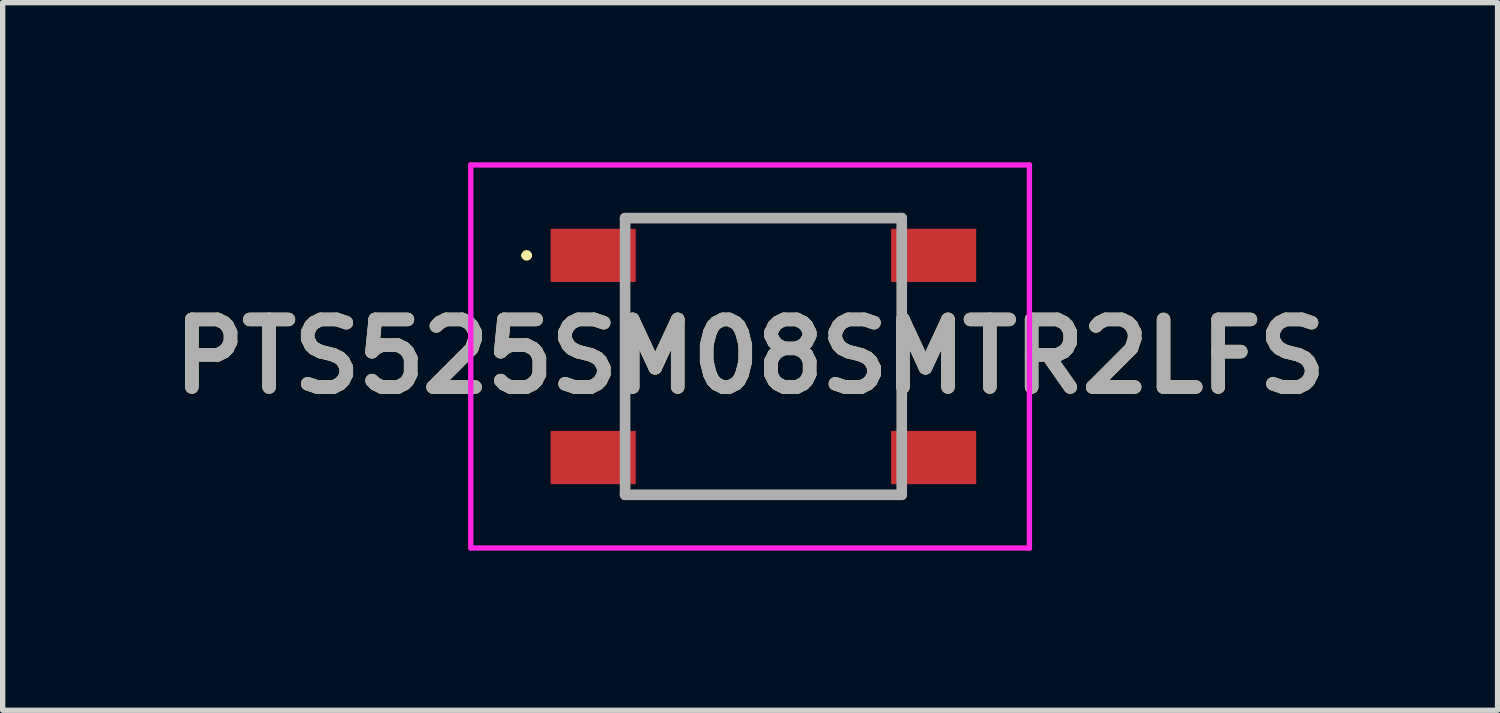
<source format=kicad_pcb>
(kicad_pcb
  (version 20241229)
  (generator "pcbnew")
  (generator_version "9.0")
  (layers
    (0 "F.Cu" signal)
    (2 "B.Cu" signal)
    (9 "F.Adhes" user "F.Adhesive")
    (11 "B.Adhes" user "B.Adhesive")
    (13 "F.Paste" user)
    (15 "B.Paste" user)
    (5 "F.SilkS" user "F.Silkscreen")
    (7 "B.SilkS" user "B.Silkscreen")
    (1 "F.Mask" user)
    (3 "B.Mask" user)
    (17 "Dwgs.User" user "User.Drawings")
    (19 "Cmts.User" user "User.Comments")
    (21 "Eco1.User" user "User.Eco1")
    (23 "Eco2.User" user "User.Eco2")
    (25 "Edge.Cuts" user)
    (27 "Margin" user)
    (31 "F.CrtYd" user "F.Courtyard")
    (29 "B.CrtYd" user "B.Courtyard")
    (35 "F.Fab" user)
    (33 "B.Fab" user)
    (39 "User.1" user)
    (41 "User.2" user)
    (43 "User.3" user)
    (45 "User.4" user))
  (footprint "PTS525SM08SMTR2LFS"
    (layer "F.Cu")
    (at 10.649 3.65)
    (property "Reference" "PTS525SM08SMTR2LFS" (at 0.4 0 0) (layer "F.SilkS") (effects (font (size 1.27 1.27) (thickness 0.254))))
    (attr smd)
    (fp_line (start -3.85 -1.9) (end -3.85 -1.9) (stroke (width 0.1) (type solid)) (layer "F.SilkS"))
    (fp_line (start -3.75 -1.9) (end -3.75 -1.9) (stroke (width 0.1) (type solid)) (layer "F.SilkS"))
    (fp_line (start -1.95 -2.6) (end 3.25 -2.6) (stroke (width 0.1) (type solid)) (layer "F.SilkS"))
    (fp_line (start -1.95 2.6) (end 3.25 2.6) (stroke (width 0.1) (type solid)) (layer "F.SilkS"))
    (fp_line (start 3.25 -2.6) (end 3.25 -2.6) (stroke (width 0.1) (type solid)) (layer "F.SilkS"))
    (fp_arc (start -3.85 -1.9) (mid -3.8 -1.95) (end -3.75 -1.9) (stroke (width 0.1) (type solid)) (layer "F.SilkS"))
    (fp_arc (start -3.75 -1.9) (mid -3.8 -1.85) (end -3.85 -1.9) (stroke (width 0.1) (type solid)) (layer "F.SilkS"))
    (fp_line (start -4.85 -3.6) (end 5.65 -3.6) (stroke (width 0.1) (type solid)) (layer "F.CrtYd"))
    (fp_line (start -4.85 3.6) (end -4.85 -3.6) (stroke (width 0.1) (type solid)) (layer "F.CrtYd"))
    (fp_line (start 5.65 -3.6) (end 5.65 3.6) (stroke (width 0.1) (type solid)) (layer "F.CrtYd"))
    (fp_line (start 5.65 3.6) (end -4.85 3.6) (stroke (width 0.1) (type solid)) (layer "F.CrtYd"))
    (fp_line (start -1.95 -2.6) (end 3.25 -2.6) (stroke (width 0.2) (type solid)) (layer "F.Fab"))
    (fp_line (start -1.95 2.6) (end -1.95 -2.6) (stroke (width 0.2) (type solid)) (layer "F.Fab"))
    (fp_line (start 3.25 -2.6) (end 3.25 2.6) (stroke (width 0.2) (type solid)) (layer "F.Fab"))
    (fp_line (start 3.25 2.6) (end -1.95 2.6) (stroke (width 0.2) (type solid)) (layer "F.Fab"))
    (fp_text user "${REFERENCE}" (at 0.4 0 0) (layer "F.Fab") (effects (font (size 1.27 1.27) (thickness 0.254))))
    (pad "1" smd rect (at -2.55 -1.9 90) (size 1 1.6) (layers "F.Cu" "F.Mask" "F.Paste"))
    (pad "2" smd rect (at 3.85 -1.9 90) (size 1 1.6) (layers "F.Cu" "F.Mask" "F.Paste"))
    (pad "3" smd rect (at -2.55 1.9 90) (size 1 1.6) (layers "F.Cu" "F.Mask" "F.Paste"))
    (pad "4" smd rect (at 3.85 1.9 90) (size 1 1.6) (layers "F.Cu" "F.Mask" "F.Paste")))
  (gr_rect
    (start -3 -3)
    (end 25.098 10.3)
    (stroke (width 0.1) (type default))
    (fill no)
    (layer "Edge.Cuts")))
</source>
